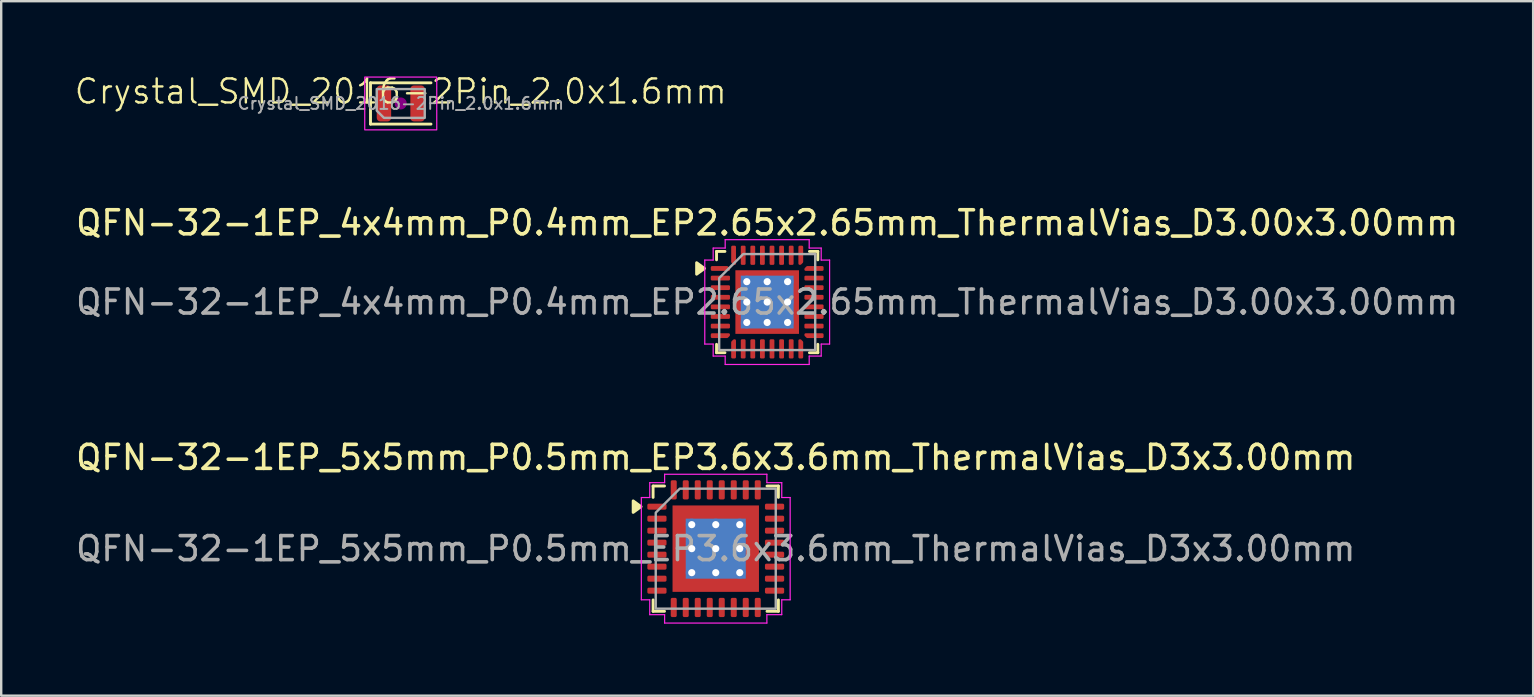
<source format=kicad_pcb>
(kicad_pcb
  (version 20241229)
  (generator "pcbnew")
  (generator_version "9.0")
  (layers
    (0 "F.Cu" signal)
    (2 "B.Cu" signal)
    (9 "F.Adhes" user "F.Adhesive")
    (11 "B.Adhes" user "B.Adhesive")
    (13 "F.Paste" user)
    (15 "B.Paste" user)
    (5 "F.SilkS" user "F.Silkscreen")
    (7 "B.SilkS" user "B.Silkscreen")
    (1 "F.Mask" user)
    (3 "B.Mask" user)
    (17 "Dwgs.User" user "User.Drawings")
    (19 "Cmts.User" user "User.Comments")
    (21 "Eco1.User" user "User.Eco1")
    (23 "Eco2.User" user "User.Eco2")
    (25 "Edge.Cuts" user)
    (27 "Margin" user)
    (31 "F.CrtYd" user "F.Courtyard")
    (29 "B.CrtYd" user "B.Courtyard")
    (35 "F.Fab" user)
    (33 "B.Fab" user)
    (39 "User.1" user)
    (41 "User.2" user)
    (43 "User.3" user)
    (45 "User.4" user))
  (footprint "Crystal_SMD_2016-2Pin_2.0x1.6mm"
    (layer "F.Cu")
    (at 13.645 1.26)
    (property "Reference" "Crystal_SMD_2016-2Pin_2.0x1.6mm" (at 0 -0.5 0) (unlocked yes) (layer "F.SilkS") (effects (font (size 1 1) (thickness 0.1))))
    (attr smd)
    (fp_line (start -1.26 -0.86) (end -1.26 0.86) (stroke (width 0.12) (type solid)) (layer "F.SilkS"))
    (fp_line (start -1.26 0.86) (end 1.26 0.86) (stroke (width 0.12) (type solid)) (layer "F.SilkS"))
    (fp_line (start 1.26 -0.86) (end -1.26 -0.86) (stroke (width 0.12) (type solid)) (layer "F.SilkS"))
    (fp_circle (center 0 0) (end 0.2 0) (stroke (width 0.1) (type solid)) (fill yes) (layer "F.Adhes"))
    (fp_rect (start -1.5 -1.1) (end 1.5 1.1) (stroke (width 0.05) (type solid)) (fill no) (layer "F.CrtYd"))
    (fp_poly (pts (xy -1 -0.6) (xy -1 0.3) (xy -0.7 0.6) (xy 1 0.6) (xy 1 -0.6)) (stroke (width 0.1) (type solid)) (fill no) (layer "F.Fab"))
    (fp_text user "${REFERENCE}" (at 0 0 0) (layer "F.Fab") (effects (font (size 0.5 0.5) (thickness 0.08))))
    (pad "1" smd roundrect (at -0.7 0) (size 0.6 1.5) (layers "F.Cu" "F.Mask" "F.Paste") (roundrect_rratio 0.25))
    (pad "2" smd roundrect (at 0.7 0) (size 0.6 1.5) (layers "F.Cu" "F.Mask" "F.Paste") (roundrect_rratio 0.25)))
  (footprint "QFN-32-1EP_5x5mm_P0.5mm_EP3.6x3.6mm_ThermalVias_D3x3.00mm"
    (layer "F.Cu")
    (at 26.768 19.807)
    (property "Reference" "QFN-32-1EP_5x5mm_P0.5mm_EP3.6x3.6mm_ThermalVias_D3x3.00mm" (at 0 -3.8 0) (layer "F.SilkS") (effects (font (size 1 1) (thickness 0.15))))
    (attr smd)
    (fp_line (start -2.61 -2.61) (end -2.135 -2.61) (stroke (width 0.12) (type solid)) (layer "F.SilkS"))
    (fp_line (start -2.61 -2.135) (end -2.61 -2.61) (stroke (width 0.12) (type solid)) (layer "F.SilkS"))
    (fp_line (start -2.61 2.61) (end -2.61 2.135) (stroke (width 0.12) (type solid)) (layer "F.SilkS"))
    (fp_line (start -2.135 2.61) (end -2.61 2.61) (stroke (width 0.12) (type solid)) (layer "F.SilkS"))
    (fp_line (start 2.135 -2.61) (end 2.61 -2.61) (stroke (width 0.12) (type solid)) (layer "F.SilkS"))
    (fp_line (start 2.61 -2.61) (end 2.61 -2.135) (stroke (width 0.12) (type solid)) (layer "F.SilkS"))
    (fp_line (start 2.61 2.135) (end 2.61 2.61) (stroke (width 0.12) (type solid)) (layer "F.SilkS"))
    (fp_line (start 2.61 2.61) (end 2.135 2.61) (stroke (width 0.12) (type solid)) (layer "F.SilkS"))
    (fp_poly (pts (xy -3.11 -1.75) (xy -3.44 -1.51) (xy -3.44 -1.99)) (stroke (width 0.12) (type solid)) (fill yes) (layer "F.SilkS"))
    (fp_line (start -3.1 -2.13) (end -2.75 -2.13) (stroke (width 0.05) (type solid)) (layer "F.CrtYd"))
    (fp_line (start -3.1 2.13) (end -3.1 -2.13) (stroke (width 0.05) (type solid)) (layer "F.CrtYd"))
    (fp_line (start -2.75 -2.75) (end -2.13 -2.75) (stroke (width 0.05) (type solid)) (layer "F.CrtYd"))
    (fp_line (start -2.75 -2.13) (end -2.75 -2.75) (stroke (width 0.05) (type solid)) (layer "F.CrtYd"))
    (fp_line (start -2.75 2.13) (end -3.1 2.13) (stroke (width 0.05) (type solid)) (layer "F.CrtYd"))
    (fp_line (start -2.75 2.75) (end -2.75 2.13) (stroke (width 0.05) (type solid)) (layer "F.CrtYd"))
    (fp_line (start -2.13 -3.1) (end 2.13 -3.1) (stroke (width 0.05) (type solid)) (layer "F.CrtYd"))
    (fp_line (start -2.13 -2.75) (end -2.13 -3.1) (stroke (width 0.05) (type solid)) (layer "F.CrtYd"))
    (fp_line (start -2.13 2.75) (end -2.75 2.75) (stroke (width 0.05) (type solid)) (layer "F.CrtYd"))
    (fp_line (start -2.13 3.1) (end -2.13 2.75) (stroke (width 0.05) (type solid)) (layer "F.CrtYd"))
    (fp_line (start 2.13 -3.1) (end 2.13 -2.75) (stroke (width 0.05) (type solid)) (layer "F.CrtYd"))
    (fp_line (start 2.13 -2.75) (end 2.75 -2.75) (stroke (width 0.05) (type solid)) (layer "F.CrtYd"))
    (fp_line (start 2.13 2.75) (end 2.13 3.1) (stroke (width 0.05) (type solid)) (layer "F.CrtYd"))
    (fp_line (start 2.13 3.1) (end -2.13 3.1) (stroke (width 0.05) (type solid)) (layer "F.CrtYd"))
    (fp_line (start 2.75 -2.75) (end 2.75 -2.13) (stroke (width 0.05) (type solid)) (layer "F.CrtYd"))
    (fp_line (start 2.75 -2.13) (end 3.1 -2.13) (stroke (width 0.05) (type solid)) (layer "F.CrtYd"))
    (fp_line (start 2.75 2.13) (end 2.75 2.75) (stroke (width 0.05) (type solid)) (layer "F.CrtYd"))
    (fp_line (start 2.75 2.75) (end 2.13 2.75) (stroke (width 0.05) (type solid)) (layer "F.CrtYd"))
    (fp_line (start 3.1 -2.13) (end 3.1 2.13) (stroke (width 0.05) (type solid)) (layer "F.CrtYd"))
    (fp_line (start 3.1 2.13) (end 2.75 2.13) (stroke (width 0.05) (type solid)) (layer "F.CrtYd"))
    (fp_poly (pts (xy -1.5 -2.5) (xy 2.5 -2.5) (xy 2.5 2.5) (xy -2.5 2.5) (xy -2.5 -1.5)) (stroke (width 0.1) (type solid)) (fill no) (layer "F.Fab"))
    (fp_text user "${REFERENCE}" (at 0 0 0) (layer "F.Fab") (effects (font (size 1 1) (thickness 0.15))))
    (pad "" smd roundrect (at -1.2 -1.2) (size 0.97 0.97) (layers "F.Paste") (roundrect_rratio 0.25))
    (pad "" smd roundrect (at -1.2 0) (size 0.97 0.97) (layers "F.Paste") (roundrect_rratio 0.25))
    (pad "" smd roundrect (at -1.2 1.2) (size 0.97 0.97) (layers "F.Paste") (roundrect_rratio 0.25))
    (pad "" smd roundrect (at 0 -1.2) (size 0.97 0.97) (layers "F.Paste") (roundrect_rratio 0.25))
    (pad "" smd roundrect (at 0 0) (size 0.97 0.97) (layers "F.Paste") (roundrect_rratio 0.25))
    (pad "" smd roundrect (at 0 1.2) (size 0.97 0.97) (layers "F.Paste") (roundrect_rratio 0.25))
    (pad "" smd roundrect (at 1.2 -1.2) (size 0.97 0.97) (layers "F.Paste") (roundrect_rratio 0.25))
    (pad "" smd roundrect (at 1.2 0) (size 0.97 0.97) (layers "F.Paste") (roundrect_rratio 0.25))
    (pad "" smd roundrect (at 1.2 1.2) (size 0.97 0.97) (layers "F.Paste") (roundrect_rratio 0.25))
    (pad "1" smd roundrect (at -2.45 -1.75) (size 0.8 0.25) (layers "F.Cu" "F.Mask" "F.Paste") (roundrect_rratio 0.25))
    (pad "2" smd roundrect (at -2.45 -1.25) (size 0.8 0.25) (layers "F.Cu" "F.Mask" "F.Paste") (roundrect_rratio 0.25))
    (pad "3" smd roundrect (at -2.45 -0.75) (size 0.8 0.25) (layers "F.Cu" "F.Mask" "F.Paste") (roundrect_rratio 0.25))
    (pad "4" smd roundrect (at -2.45 -0.25) (size 0.8 0.25) (layers "F.Cu" "F.Mask" "F.Paste") (roundrect_rratio 0.25))
    (pad "5" smd roundrect (at -2.45 0.25) (size 0.8 0.25) (layers "F.Cu" "F.Mask" "F.Paste") (roundrect_rratio 0.25))
    (pad "6" smd roundrect (at -2.45 0.75) (size 0.8 0.25) (layers "F.Cu" "F.Mask" "F.Paste") (roundrect_rratio 0.25))
    (pad "7" smd roundrect (at -2.45 1.25) (size 0.8 0.25) (layers "F.Cu" "F.Mask" "F.Paste") (roundrect_rratio 0.25))
    (pad "8" smd roundrect (at -2.45 1.75) (size 0.8 0.25) (layers "F.Cu" "F.Mask" "F.Paste") (roundrect_rratio 0.25))
    (pad "9" smd roundrect (at -1.75 2.45) (size 0.25 0.8) (layers "F.Cu" "F.Mask" "F.Paste") (roundrect_rratio 0.25))
    (pad "10" smd roundrect (at -1.25 2.45) (size 0.25 0.8) (layers "F.Cu" "F.Mask" "F.Paste") (roundrect_rratio 0.25))
    (pad "11" smd roundrect (at -0.75 2.45) (size 0.25 0.8) (layers "F.Cu" "F.Mask" "F.Paste") (roundrect_rratio 0.25))
    (pad "12" smd roundrect (at -0.25 2.45) (size 0.25 0.8) (layers "F.Cu" "F.Mask" "F.Paste") (roundrect_rratio 0.25))
    (pad "13" smd roundrect (at 0.25 2.45) (size 0.25 0.8) (layers "F.Cu" "F.Mask" "F.Paste") (roundrect_rratio 0.25))
    (pad "14" smd roundrect (at 0.75 2.45) (size 0.25 0.8) (layers "F.Cu" "F.Mask" "F.Paste") (roundrect_rratio 0.25))
    (pad "15" smd roundrect (at 1.25 2.45) (size 0.25 0.8) (layers "F.Cu" "F.Mask" "F.Paste") (roundrect_rratio 0.25))
    (pad "16" smd roundrect (at 1.75 2.45) (size 0.25 0.8) (layers "F.Cu" "F.Mask" "F.Paste") (roundrect_rratio 0.25))
    (pad "17" smd roundrect (at 2.45 1.75) (size 0.8 0.25) (layers "F.Cu" "F.Mask" "F.Paste") (roundrect_rratio 0.25))
    (pad "18" smd roundrect (at 2.45 1.25) (size 0.8 0.25) (layers "F.Cu" "F.Mask" "F.Paste") (roundrect_rratio 0.25))
    (pad "19" smd roundrect (at 2.45 0.75) (size 0.8 0.25) (layers "F.Cu" "F.Mask" "F.Paste") (roundrect_rratio 0.25))
    (pad "20" smd roundrect (at 2.45 0.25) (size 0.8 0.25) (layers "F.Cu" "F.Mask" "F.Paste") (roundrect_rratio 0.25))
    (pad "21" smd roundrect (at 2.45 -0.25) (size 0.8 0.25) (layers "F.Cu" "F.Mask" "F.Paste") (roundrect_rratio 0.25))
    (pad "22" smd roundrect (at 2.45 -0.75) (size 0.8 0.25) (layers "F.Cu" "F.Mask" "F.Paste") (roundrect_rratio 0.25))
    (pad "23" smd roundrect (at 2.45 -1.25) (size 0.8 0.25) (layers "F.Cu" "F.Mask" "F.Paste") (roundrect_rratio 0.25))
    (pad "24" smd roundrect (at 2.45 -1.75) (size 0.8 0.25) (layers "F.Cu" "F.Mask" "F.Paste") (roundrect_rratio 0.25))
    (pad "25" smd roundrect (at 1.75 -2.45) (size 0.25 0.8) (layers "F.Cu" "F.Mask" "F.Paste") (roundrect_rratio 0.25))
    (pad "26" smd roundrect (at 1.25 -2.45) (size 0.25 0.8) (layers "F.Cu" "F.Mask" "F.Paste") (roundrect_rratio 0.25))
    (pad "27" smd roundrect (at 0.75 -2.45) (size 0.25 0.8) (layers "F.Cu" "F.Mask" "F.Paste") (roundrect_rratio 0.25))
    (pad "28" smd roundrect (at 0.25 -2.45) (size 0.25 0.8) (layers "F.Cu" "F.Mask" "F.Paste") (roundrect_rratio 0.25))
    (pad "29" smd roundrect (at -0.25 -2.45) (size 0.25 0.8) (layers "F.Cu" "F.Mask" "F.Paste") (roundrect_rratio 0.25))
    (pad "30" smd roundrect (at -0.75 -2.45) (size 0.25 0.8) (layers "F.Cu" "F.Mask" "F.Paste") (roundrect_rratio 0.25))
    (pad "31" smd roundrect (at -1.25 -2.45) (size 0.25 0.8) (layers "F.Cu" "F.Mask" "F.Paste") (roundrect_rratio 0.25))
    (pad "32" smd roundrect (at -1.75 -2.45) (size 0.25 0.8) (layers "F.Cu" "F.Mask" "F.Paste") (roundrect_rratio 0.25))
    (pad "33" thru_hole circle (at -1 -1) (size 0.5 0.5) (drill 0.3) (property pad_prop_heatsink) (layers "*.Cu"))
    (pad "33" thru_hole circle (at -1 0) (size 0.5 0.5) (drill 0.3) (property pad_prop_heatsink) (layers "*.Cu"))
    (pad "33" thru_hole circle (at -1 1) (size 0.5 0.5) (drill 0.3) (property pad_prop_heatsink) (layers "*.Cu"))
    (pad "33" thru_hole circle (at 0 -1) (size 0.5 0.5) (drill 0.3) (property pad_prop_heatsink) (layers "*.Cu"))
    (pad "33" thru_hole circle (at 0 0) (size 0.5 0.5) (drill 0.3) (property pad_prop_heatsink) (layers "*.Cu"))
    (pad "33" smd rect (at 0 0) (size 2.5 2.5) (property pad_prop_heatsink) (layers "B.Cu"))
    (pad "33" smd rect (at 0 0) (size 3.6 3.6) (property pad_prop_heatsink) (layers "F.Cu" "F.Mask"))
    (pad "33" thru_hole circle (at 0 1) (size 0.5 0.5) (drill 0.3) (property pad_prop_heatsink) (layers "*.Cu"))
    (pad "33" thru_hole circle (at 1 -1) (size 0.5 0.5) (drill 0.3) (property pad_prop_heatsink) (layers "*.Cu"))
    (pad "33" thru_hole circle (at 1 0) (size 0.5 0.5) (drill 0.3) (property pad_prop_heatsink) (layers "*.Cu"))
    (pad "33" thru_hole circle (at 1 1) (size 0.5 0.5) (drill 0.3) (property pad_prop_heatsink) (layers "*.Cu")))
  (footprint "QFN-32-1EP_4x4mm_P0.4mm_EP2.65x2.65mm_ThermalVias_D3.00x3.00mm"
    (layer "F.Cu")
    (at 28.911 9.534)
    (property "Reference" "QFN-32-1EP_4x4mm_P0.4mm_EP2.65x2.65mm_ThermalVias_D3.00x3.00mm" (at 0 -3.3 0) (layer "F.SilkS") (effects (font (size 1 1) (thickness 0.15))))
    (attr smd)
    (fp_line (start -2.11 -2.11) (end -1.76 -2.11) (stroke (width 0.12) (type solid)) (layer "F.SilkS"))
    (fp_line (start -2.11 -1.76) (end -2.11 -2.11) (stroke (width 0.12) (type solid)) (layer "F.SilkS"))
    (fp_line (start -2.11 2.11) (end -2.11 1.76) (stroke (width 0.12) (type solid)) (layer "F.SilkS"))
    (fp_line (start -1.76 2.11) (end -2.11 2.11) (stroke (width 0.12) (type solid)) (layer "F.SilkS"))
    (fp_line (start 1.76 -2.11) (end 2.11 -2.11) (stroke (width 0.12) (type solid)) (layer "F.SilkS"))
    (fp_line (start 2.11 -2.11) (end 2.11 -1.76) (stroke (width 0.12) (type solid)) (layer "F.SilkS"))
    (fp_line (start 2.11 1.76) (end 2.11 2.11) (stroke (width 0.12) (type solid)) (layer "F.SilkS"))
    (fp_line (start 2.11 2.11) (end 1.76 2.11) (stroke (width 0.12) (type solid)) (layer "F.SilkS"))
    (fp_poly (pts (xy -2.61 -1.4) (xy -2.94 -1.16) (xy -2.94 -1.64)) (stroke (width 0.12) (type solid)) (fill yes) (layer "F.SilkS"))
    (fp_line (start -2.6 -1.75) (end -2.25 -1.75) (stroke (width 0.05) (type solid)) (layer "F.CrtYd"))
    (fp_line (start -2.6 1.75) (end -2.6 -1.75) (stroke (width 0.05) (type solid)) (layer "F.CrtYd"))
    (fp_line (start -2.25 -2.25) (end -1.75 -2.25) (stroke (width 0.05) (type solid)) (layer "F.CrtYd"))
    (fp_line (start -2.25 -1.75) (end -2.25 -2.25) (stroke (width 0.05) (type solid)) (layer "F.CrtYd"))
    (fp_line (start -2.25 1.75) (end -2.6 1.75) (stroke (width 0.05) (type solid)) (layer "F.CrtYd"))
    (fp_line (start -2.25 2.25) (end -2.25 1.75) (stroke (width 0.05) (type solid)) (layer "F.CrtYd"))
    (fp_line (start -1.75 -2.6) (end 1.75 -2.6) (stroke (width 0.05) (type solid)) (layer "F.CrtYd"))
    (fp_line (start -1.75 -2.25) (end -1.75 -2.6) (stroke (width 0.05) (type solid)) (layer "F.CrtYd"))
    (fp_line (start -1.75 2.25) (end -2.25 2.25) (stroke (width 0.05) (type solid)) (layer "F.CrtYd"))
    (fp_line (start -1.75 2.6) (end -1.75 2.25) (stroke (width 0.05) (type solid)) (layer "F.CrtYd"))
    (fp_line (start 1.75 -2.6) (end 1.75 -2.25) (stroke (width 0.05) (type solid)) (layer "F.CrtYd"))
    (fp_line (start 1.75 -2.25) (end 2.25 -2.25) (stroke (width 0.05) (type solid)) (layer "F.CrtYd"))
    (fp_line (start 1.75 2.25) (end 1.75 2.6) (stroke (width 0.05) (type solid)) (layer "F.CrtYd"))
    (fp_line (start 1.75 2.6) (end -1.75 2.6) (stroke (width 0.05) (type solid)) (layer "F.CrtYd"))
    (fp_line (start 2.25 -2.25) (end 2.25 -1.75) (stroke (width 0.05) (type solid)) (layer "F.CrtYd"))
    (fp_line (start 2.25 -1.75) (end 2.6 -1.75) (stroke (width 0.05) (type solid)) (layer "F.CrtYd"))
    (fp_line (start 2.25 1.75) (end 2.25 2.25) (stroke (width 0.05) (type solid)) (layer "F.CrtYd"))
    (fp_line (start 2.25 2.25) (end 1.75 2.25) (stroke (width 0.05) (type solid)) (layer "F.CrtYd"))
    (fp_line (start 2.6 -1.75) (end 2.6 1.75) (stroke (width 0.05) (type solid)) (layer "F.CrtYd"))
    (fp_line (start 2.6 1.75) (end 2.25 1.75) (stroke (width 0.05) (type solid)) (layer "F.CrtYd"))
    (fp_poly (pts (xy -1 -2) (xy 2 -2) (xy 2 2) (xy -2 2) (xy -2 -1)) (stroke (width 0.1) (type solid)) (fill no) (layer "F.Fab"))
    (fp_text user "${REFERENCE}" (at 0 0 0) (layer "F.Fab") (effects (font (size 1 1) (thickness 0.15))))
    (pad "" smd roundrect (at -0.66 -0.66) (size 1.07 1.07) (layers "F.Paste") (roundrect_rratio 0.234))
    (pad "" smd roundrect (at -0.66 0.66) (size 1.07 1.07) (layers "F.Paste") (roundrect_rratio 0.234))
    (pad "" smd roundrect (at 0.66 -0.66) (size 1.07 1.07) (layers "F.Paste") (roundrect_rratio 0.234))
    (pad "" smd roundrect (at 0.66 0.66) (size 1.07 1.07) (layers "F.Paste") (roundrect_rratio 0.234))
    (pad "1" smd custom (at -1.95 -1.4) (size 0.129 0.129) (layers "F.Cu" "F.Mask" "F.Paste") (options (anchor circle)) (primitives (gr_poly (pts (xy -0.35 -0.05) (xy 0.279 -0.05) (xy 0.35 0.021) (xy 0.35 0.05) (xy -0.35 0.05)) (width 0.1) (fill yes))))
    (pad "2" smd roundrect (at -1.95 -1) (size 0.8 0.2) (layers "F.Cu" "F.Mask" "F.Paste") (roundrect_rratio 0.25))
    (pad "3" smd roundrect (at -1.95 -0.6) (size 0.8 0.2) (layers "F.Cu" "F.Mask" "F.Paste") (roundrect_rratio 0.25))
    (pad "4" smd roundrect (at -1.95 -0.2) (size 0.8 0.2) (layers "F.Cu" "F.Mask" "F.Paste") (roundrect_rratio 0.25))
    (pad "5" smd roundrect (at -1.95 0.2) (size 0.8 0.2) (layers "F.Cu" "F.Mask" "F.Paste") (roundrect_rratio 0.25))
    (pad "6" smd roundrect (at -1.95 0.6) (size 0.8 0.2) (layers "F.Cu" "F.Mask" "F.Paste") (roundrect_rratio 0.25))
    (pad "7" smd roundrect (at -1.95 1) (size 0.8 0.2) (layers "F.Cu" "F.Mask" "F.Paste") (roundrect_rratio 0.25))
    (pad "8" smd custom (at -1.95 1.4) (size 0.129 0.129) (layers "F.Cu" "F.Mask" "F.Paste") (options (anchor circle)) (primitives (gr_poly (pts (xy -0.35 -0.05) (xy 0.35 -0.05) (xy 0.35 -0.021) (xy 0.279 0.05) (xy -0.35 0.05)) (width 0.1) (fill yes))))
    (pad "9" smd custom (at -1.4 1.95) (size 0.129 0.129) (layers "F.Cu" "F.Mask" "F.Paste") (options (anchor circle)) (primitives (gr_poly (pts (xy -0.05 -0.279) (xy 0.021 -0.35) (xy 0.05 -0.35) (xy 0.05 0.35) (xy -0.05 0.35)) (width 0.1) (fill yes))))
    (pad "10" smd roundrect (at -1 1.95) (size 0.2 0.8) (layers "F.Cu" "F.Mask" "F.Paste") (roundrect_rratio 0.25))
    (pad "11" smd roundrect (at -0.6 1.95) (size 0.2 0.8) (layers "F.Cu" "F.Mask" "F.Paste") (roundrect_rratio 0.25))
    (pad "12" smd roundrect (at -0.2 1.95) (size 0.2 0.8) (layers "F.Cu" "F.Mask" "F.Paste") (roundrect_rratio 0.25))
    (pad "13" smd roundrect (at 0.2 1.95) (size 0.2 0.8) (layers "F.Cu" "F.Mask" "F.Paste") (roundrect_rratio 0.25))
    (pad "14" smd roundrect (at 0.6 1.95) (size 0.2 0.8) (layers "F.Cu" "F.Mask" "F.Paste") (roundrect_rratio 0.25))
    (pad "15" smd roundrect (at 1 1.95) (size 0.2 0.8) (layers "F.Cu" "F.Mask" "F.Paste") (roundrect_rratio 0.25))
    (pad "16" smd custom (at 1.4 1.95) (size 0.129 0.129) (layers "F.Cu" "F.Mask" "F.Paste") (options (anchor circle)) (primitives (gr_poly (pts (xy -0.05 -0.35) (xy -0.021 -0.35) (xy 0.05 -0.279) (xy 0.05 0.35) (xy -0.05 0.35)) (width 0.1) (fill yes))))
    (pad "17" smd custom (at 1.95 1.4) (size 0.129 0.129) (layers "F.Cu" "F.Mask" "F.Paste") (options (anchor circle)) (primitives (gr_poly (pts (xy -0.35 -0.05) (xy 0.35 -0.05) (xy 0.35 0.05) (xy -0.279 0.05) (xy -0.35 -0.021)) (width 0.1) (fill yes))))
    (pad "18" smd roundrect (at 1.95 1) (size 0.8 0.2) (layers "F.Cu" "F.Mask" "F.Paste") (roundrect_rratio 0.25))
    (pad "19" smd roundrect (at 1.95 0.6) (size 0.8 0.2) (layers "F.Cu" "F.Mask" "F.Paste") (roundrect_rratio 0.25))
    (pad "20" smd roundrect (at 1.95 0.2) (size 0.8 0.2) (layers "F.Cu" "F.Mask" "F.Paste") (roundrect_rratio 0.25))
    (pad "21" smd roundrect (at 1.95 -0.2) (size 0.8 0.2) (layers "F.Cu" "F.Mask" "F.Paste") (roundrect_rratio 0.25))
    (pad "22" smd roundrect (at 1.95 -0.6) (size 0.8 0.2) (layers "F.Cu" "F.Mask" "F.Paste") (roundrect_rratio 0.25))
    (pad "23" smd roundrect (at 1.95 -1) (size 0.8 0.2) (layers "F.Cu" "F.Mask" "F.Paste") (roundrect_rratio 0.25))
    (pad "24" smd custom (at 1.95 -1.4) (size 0.129 0.129) (layers "F.Cu" "F.Mask" "F.Paste") (options (anchor circle)) (primitives (gr_poly (pts (xy -0.35 0.021) (xy -0.279 -0.05) (xy 0.35 -0.05) (xy 0.35 0.05) (xy -0.35 0.05)) (width 0.1) (fill yes))))
    (pad "25" smd custom (at 1.4 -1.95) (size 0.129 0.129) (layers "F.Cu" "F.Mask" "F.Paste") (options (anchor circle)) (primitives (gr_poly (pts (xy -0.05 -0.35) (xy 0.05 -0.35) (xy 0.05 0.279) (xy -0.021 0.35) (xy -0.05 0.35)) (width 0.1) (fill yes))))
    (pad "26" smd roundrect (at 1 -1.95) (size 0.2 0.8) (layers "F.Cu" "F.Mask" "F.Paste") (roundrect_rratio 0.25))
    (pad "27" smd roundrect (at 0.6 -1.95) (size 0.2 0.8) (layers "F.Cu" "F.Mask" "F.Paste") (roundrect_rratio 0.25))
    (pad "28" smd roundrect (at 0.2 -1.95) (size 0.2 0.8) (layers "F.Cu" "F.Mask" "F.Paste") (roundrect_rratio 0.25))
    (pad "29" smd roundrect (at -0.2 -1.95) (size 0.2 0.8) (layers "F.Cu" "F.Mask" "F.Paste") (roundrect_rratio 0.25))
    (pad "30" smd roundrect (at -0.6 -1.95) (size 0.2 0.8) (layers "F.Cu" "F.Mask" "F.Paste") (roundrect_rratio 0.25))
    (pad "31" smd roundrect (at -1 -1.95) (size 0.2 0.8) (layers "F.Cu" "F.Mask" "F.Paste") (roundrect_rratio 0.25))
    (pad "32" smd custom (at -1.4 -1.95) (size 0.129 0.129) (layers "F.Cu" "F.Mask" "F.Paste") (options (anchor circle)) (primitives (gr_poly (pts (xy -0.05 -0.35) (xy 0.05 -0.35) (xy 0.05 0.35) (xy 0.021 0.35) (xy -0.05 0.279)) (width 0.1) (fill yes))))
    (pad "33" thru_hole circle (at -0.85 -0.85) (size 0.5 0.5) (drill 0.3) (property pad_prop_heatsink) (layers "*.Cu"))
    (pad "33" thru_hole circle (at -0.85 0) (size 0.5 0.5) (drill 0.3) (property pad_prop_heatsink) (layers "*.Cu"))
    (pad "33" thru_hole circle (at -0.85 0.85) (size 0.5 0.5) (drill 0.3) (property pad_prop_heatsink) (layers "*.Cu"))
    (pad "33" thru_hole circle (at 0 -0.85) (size 0.5 0.5) (drill 0.3) (property pad_prop_heatsink) (layers "*.Cu"))
    (pad "33" thru_hole circle (at 0 0) (size 0.5 0.5) (drill 0.3) (property pad_prop_heatsink) (layers "*.Cu"))
    (pad "33" smd rect (at 0 0) (size 2.2 2.2) (property pad_prop_heatsink) (layers "B.Cu"))
    (pad "33" smd rect (at 0 0) (size 2.65 2.65) (property pad_prop_heatsink) (layers "F.Cu" "F.Mask"))
    (pad "33" thru_hole circle (at 0 0.85) (size 0.5 0.5) (drill 0.3) (property pad_prop_heatsink) (layers "*.Cu"))
    (pad "33" thru_hole circle (at 0.85 -0.85) (size 0.5 0.5) (drill 0.3) (property pad_prop_heatsink) (layers "*.Cu"))
    (pad "33" thru_hole circle (at 0.85 0) (size 0.5 0.5) (drill 0.3) (property pad_prop_heatsink) (layers "*.Cu"))
    (pad "33" thru_hole circle (at 0.85 0.85) (size 0.5 0.5) (drill 0.3) (property pad_prop_heatsink) (layers "*.Cu")))
  (gr_rect
    (start -3 -3)
    (end 60.821 25.932)
    (stroke (width 0.1) (type default))
    (fill no)
    (layer "Edge.Cuts")))
</source>
